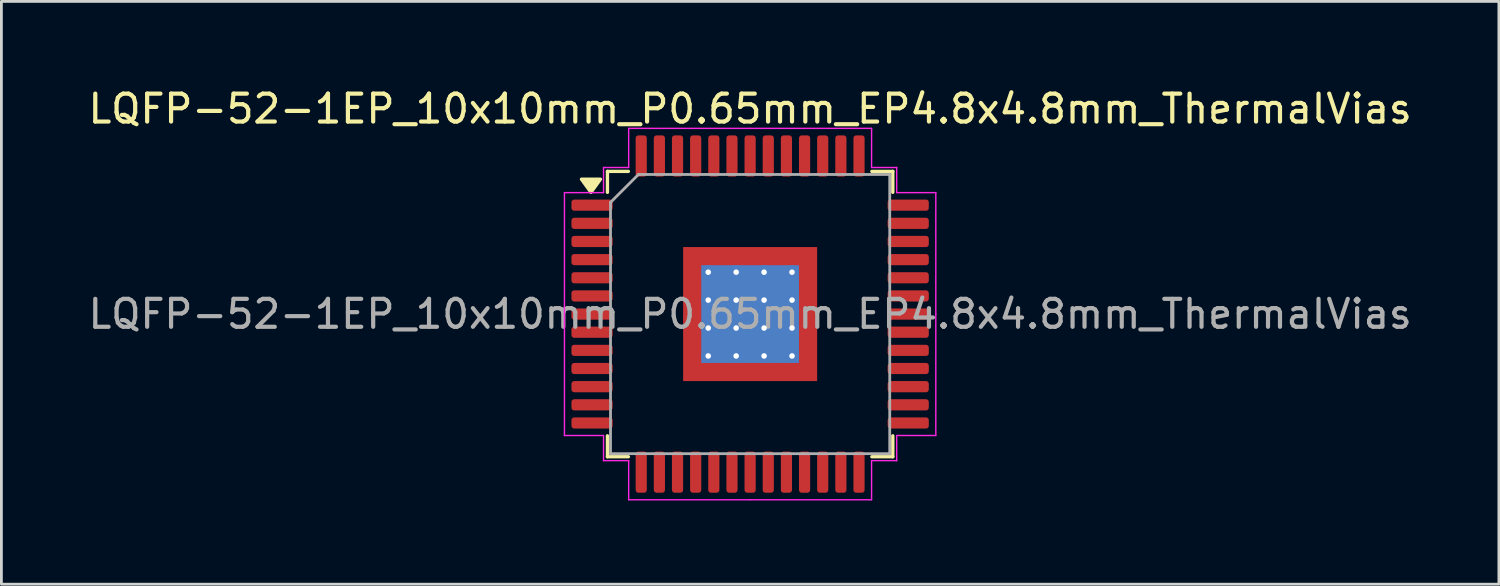
<source format=kicad_pcb>
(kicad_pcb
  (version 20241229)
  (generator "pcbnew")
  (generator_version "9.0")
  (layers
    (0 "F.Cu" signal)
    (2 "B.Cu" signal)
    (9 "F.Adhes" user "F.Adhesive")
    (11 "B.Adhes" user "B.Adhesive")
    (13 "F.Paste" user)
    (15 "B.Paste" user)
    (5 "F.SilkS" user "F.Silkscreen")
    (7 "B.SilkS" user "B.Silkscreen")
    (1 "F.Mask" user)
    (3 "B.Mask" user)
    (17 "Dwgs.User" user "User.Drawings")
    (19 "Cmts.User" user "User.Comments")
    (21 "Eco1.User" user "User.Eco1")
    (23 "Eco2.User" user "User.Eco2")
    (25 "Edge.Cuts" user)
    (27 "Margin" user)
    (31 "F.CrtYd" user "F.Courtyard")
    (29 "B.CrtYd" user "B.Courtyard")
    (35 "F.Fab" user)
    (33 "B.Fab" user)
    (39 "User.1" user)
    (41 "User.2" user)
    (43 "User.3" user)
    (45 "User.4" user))
  (footprint "LQFP-52-1EP_10x10mm_P0.65mm_EP4.8x4.8mm_ThermalVias"
    (layer "F.Cu")
    (at 23.815 8.198)
    (property "Reference" "LQFP-52-1EP_10x10mm_P0.65mm_EP4.8x4.8mm_ThermalVias" (at 0 -7.35 0) (layer "F.SilkS") (effects (font (size 1 1) (thickness 0.15))))
    (attr smd)
    (fp_line (start -5.11 -5.11) (end -5.11 -4.36) (stroke (width 0.12) (type solid)) (layer "F.SilkS"))
    (fp_line (start -5.11 5.11) (end -5.11 4.36) (stroke (width 0.12) (type solid)) (layer "F.SilkS"))
    (fp_line (start -4.36 -5.11) (end -5.11 -5.11) (stroke (width 0.12) (type solid)) (layer "F.SilkS"))
    (fp_line (start -4.36 5.11) (end -5.11 5.11) (stroke (width 0.12) (type solid)) (layer "F.SilkS"))
    (fp_line (start 4.36 -5.11) (end 5.11 -5.11) (stroke (width 0.12) (type solid)) (layer "F.SilkS"))
    (fp_line (start 4.36 5.11) (end 5.11 5.11) (stroke (width 0.12) (type solid)) (layer "F.SilkS"))
    (fp_line (start 5.11 -5.11) (end 5.11 -4.36) (stroke (width 0.12) (type solid)) (layer "F.SilkS"))
    (fp_line (start 5.11 5.11) (end 5.11 4.36) (stroke (width 0.12) (type solid)) (layer "F.SilkS"))
    (fp_poly (pts (xy -5.7 -4.36) (xy -6.04 -4.83) (xy -5.36 -4.83)) (stroke (width 0.12) (type solid)) (fill yes) (layer "F.SilkS"))
    (fp_line (start -6.65 -4.35) (end -6.65 0) (stroke (width 0.05) (type solid)) (layer "F.CrtYd"))
    (fp_line (start -6.65 4.35) (end -6.65 0) (stroke (width 0.05) (type solid)) (layer "F.CrtYd"))
    (fp_line (start -5.25 -5.25) (end -5.25 -4.35) (stroke (width 0.05) (type solid)) (layer "F.CrtYd"))
    (fp_line (start -5.25 -4.35) (end -6.65 -4.35) (stroke (width 0.05) (type solid)) (layer "F.CrtYd"))
    (fp_line (start -5.25 4.35) (end -6.65 4.35) (stroke (width 0.05) (type solid)) (layer "F.CrtYd"))
    (fp_line (start -5.25 5.25) (end -5.25 4.35) (stroke (width 0.05) (type solid)) (layer "F.CrtYd"))
    (fp_line (start -4.35 -6.65) (end -4.35 -5.25) (stroke (width 0.05) (type solid)) (layer "F.CrtYd"))
    (fp_line (start -4.35 -5.25) (end -5.25 -5.25) (stroke (width 0.05) (type solid)) (layer "F.CrtYd"))
    (fp_line (start -4.35 5.25) (end -5.25 5.25) (stroke (width 0.05) (type solid)) (layer "F.CrtYd"))
    (fp_line (start -4.35 6.65) (end -4.35 5.25) (stroke (width 0.05) (type solid)) (layer "F.CrtYd"))
    (fp_line (start 0 -6.65) (end -4.35 -6.65) (stroke (width 0.05) (type solid)) (layer "F.CrtYd"))
    (fp_line (start 0 -6.65) (end 4.35 -6.65) (stroke (width 0.05) (type solid)) (layer "F.CrtYd"))
    (fp_line (start 0 6.65) (end -4.35 6.65) (stroke (width 0.05) (type solid)) (layer "F.CrtYd"))
    (fp_line (start 0 6.65) (end 4.35 6.65) (stroke (width 0.05) (type solid)) (layer "F.CrtYd"))
    (fp_line (start 4.35 -6.65) (end 4.35 -5.25) (stroke (width 0.05) (type solid)) (layer "F.CrtYd"))
    (fp_line (start 4.35 -5.25) (end 5.25 -5.25) (stroke (width 0.05) (type solid)) (layer "F.CrtYd"))
    (fp_line (start 4.35 5.25) (end 5.25 5.25) (stroke (width 0.05) (type solid)) (layer "F.CrtYd"))
    (fp_line (start 4.35 6.65) (end 4.35 5.25) (stroke (width 0.05) (type solid)) (layer "F.CrtYd"))
    (fp_line (start 5.25 -5.25) (end 5.25 -4.35) (stroke (width 0.05) (type solid)) (layer "F.CrtYd"))
    (fp_line (start 5.25 -4.35) (end 6.65 -4.35) (stroke (width 0.05) (type solid)) (layer "F.CrtYd"))
    (fp_line (start 5.25 4.35) (end 6.65 4.35) (stroke (width 0.05) (type solid)) (layer "F.CrtYd"))
    (fp_line (start 5.25 5.25) (end 5.25 4.35) (stroke (width 0.05) (type solid)) (layer "F.CrtYd"))
    (fp_line (start 6.65 -4.35) (end 6.65 0) (stroke (width 0.05) (type solid)) (layer "F.CrtYd"))
    (fp_line (start 6.65 4.35) (end 6.65 0) (stroke (width 0.05) (type solid)) (layer "F.CrtYd"))
    (fp_line (start -5 -4) (end -4 -5) (stroke (width 0.1) (type solid)) (layer "F.Fab"))
    (fp_line (start -5 5) (end -5 -4) (stroke (width 0.1) (type solid)) (layer "F.Fab"))
    (fp_line (start -4 -5) (end 5 -5) (stroke (width 0.1) (type solid)) (layer "F.Fab"))
    (fp_line (start 5 -5) (end 5 5) (stroke (width 0.1) (type solid)) (layer "F.Fab"))
    (fp_line (start 5 5) (end -5 5) (stroke (width 0.1) (type solid)) (layer "F.Fab"))
    (fp_text user "${REFERENCE}" (at 0 0 0) (layer "F.Fab") (effects (font (size 1 1) (thickness 0.15))))
    (pad "" smd custom (at -1.95 -1.95) (size 0.649 0.649) (layers "F.Paste") (options (anchor circle)) (primitives (gr_poly (pts (xy -0.286 -0.286) (xy 0.286 -0.286) (xy 0.286 0.223) (xy 0.223 0.286) (xy -0.286 0.286)) (width 0.153) (fill yes))))
    (pad "" smd roundrect (at -1.95 -1) (size 0.726 0.806) (layers "F.Paste") (roundrect_rratio 0.25))
    (pad "" smd roundrect (at -1.95 0) (size 0.726 0.806) (layers "F.Paste") (roundrect_rratio 0.25))
    (pad "" smd roundrect (at -1.95 1) (size 0.726 0.806) (layers "F.Paste") (roundrect_rratio 0.25))
    (pad "" smd custom (at -1.95 1.95) (size 0.649 0.649) (layers "F.Paste") (options (anchor circle)) (primitives (gr_poly (pts (xy -0.286 -0.286) (xy 0.223 -0.286) (xy 0.286 -0.223) (xy 0.286 0.286) (xy -0.286 0.286)) (width 0.153) (fill yes))))
    (pad "" smd roundrect (at -1 -1.95) (size 0.806 0.726) (layers "F.Paste") (roundrect_rratio 0.25))
    (pad "" smd roundrect (at -1 -1) (size 0.806 0.806) (layers "F.Paste") (roundrect_rratio 0.25))
    (pad "" smd roundrect (at -1 0) (size 0.806 0.806) (layers "F.Paste") (roundrect_rratio 0.25))
    (pad "" smd roundrect (at -1 1) (size 0.806 0.806) (layers "F.Paste") (roundrect_rratio 0.25))
    (pad "" smd roundrect (at -1 1.95) (size 0.806 0.726) (layers "F.Paste") (roundrect_rratio 0.25))
    (pad "" smd roundrect (at 0 -1.95) (size 0.806 0.726) (layers "F.Paste") (roundrect_rratio 0.25))
    (pad "" smd roundrect (at 0 -1) (size 0.806 0.806) (layers "F.Paste") (roundrect_rratio 0.25))
    (pad "" smd roundrect (at 0 0) (size 0.806 0.806) (layers "F.Paste") (roundrect_rratio 0.25))
    (pad "" smd roundrect (at 0 1) (size 0.806 0.806) (layers "F.Paste") (roundrect_rratio 0.25))
    (pad "" smd roundrect (at 0 1.95) (size 0.806 0.726) (layers "F.Paste") (roundrect_rratio 0.25))
    (pad "" smd roundrect (at 1 -1.95) (size 0.806 0.726) (layers "F.Paste") (roundrect_rratio 0.25))
    (pad "" smd roundrect (at 1 -1) (size 0.806 0.806) (layers "F.Paste") (roundrect_rratio 0.25))
    (pad "" smd roundrect (at 1 0) (size 0.806 0.806) (layers "F.Paste") (roundrect_rratio 0.25))
    (pad "" smd roundrect (at 1 1) (size 0.806 0.806) (layers "F.Paste") (roundrect_rratio 0.25))
    (pad "" smd roundrect (at 1 1.95) (size 0.806 0.726) (layers "F.Paste") (roundrect_rratio 0.25))
    (pad "" smd custom (at 1.95 -1.95) (size 0.649 0.649) (layers "F.Paste") (options (anchor circle)) (primitives (gr_poly (pts (xy -0.286 -0.286) (xy 0.286 -0.286) (xy 0.286 0.286) (xy -0.223 0.286) (xy -0.286 0.223)) (width 0.153) (fill yes))))
    (pad "" smd roundrect (at 1.95 -1) (size 0.726 0.806) (layers "F.Paste") (roundrect_rratio 0.25))
    (pad "" smd roundrect (at 1.95 0) (size 0.726 0.806) (layers "F.Paste") (roundrect_rratio 0.25))
    (pad "" smd roundrect (at 1.95 1) (size 0.726 0.806) (layers "F.Paste") (roundrect_rratio 0.25))
    (pad "" smd custom (at 1.95 1.95) (size 0.649 0.649) (layers "F.Paste") (options (anchor circle)) (primitives (gr_poly (pts (xy -0.286 -0.223) (xy -0.223 -0.286) (xy 0.286 -0.286) (xy 0.286 0.286) (xy -0.286 0.286)) (width 0.153) (fill yes))))
    (pad "1" smd roundrect (at -5.662 -3.9) (size 1.475 0.4) (layers "F.Cu" "F.Mask" "F.Paste") (roundrect_rratio 0.25))
    (pad "2" smd roundrect (at -5.662 -3.25) (size 1.475 0.4) (layers "F.Cu" "F.Mask" "F.Paste") (roundrect_rratio 0.25))
    (pad "3" smd roundrect (at -5.662 -2.6) (size 1.475 0.4) (layers "F.Cu" "F.Mask" "F.Paste") (roundrect_rratio 0.25))
    (pad "4" smd roundrect (at -5.662 -1.95) (size 1.475 0.4) (layers "F.Cu" "F.Mask" "F.Paste") (roundrect_rratio 0.25))
    (pad "5" smd roundrect (at -5.662 -1.3) (size 1.475 0.4) (layers "F.Cu" "F.Mask" "F.Paste") (roundrect_rratio 0.25))
    (pad "6" smd roundrect (at -5.662 -0.65) (size 1.475 0.4) (layers "F.Cu" "F.Mask" "F.Paste") (roundrect_rratio 0.25))
    (pad "7" smd roundrect (at -5.662 0) (size 1.475 0.4) (layers "F.Cu" "F.Mask" "F.Paste") (roundrect_rratio 0.25))
    (pad "8" smd roundrect (at -5.662 0.65) (size 1.475 0.4) (layers "F.Cu" "F.Mask" "F.Paste") (roundrect_rratio 0.25))
    (pad "9" smd roundrect (at -5.662 1.3) (size 1.475 0.4) (layers "F.Cu" "F.Mask" "F.Paste") (roundrect_rratio 0.25))
    (pad "10" smd roundrect (at -5.662 1.95) (size 1.475 0.4) (layers "F.Cu" "F.Mask" "F.Paste") (roundrect_rratio 0.25))
    (pad "11" smd roundrect (at -5.662 2.6) (size 1.475 0.4) (layers "F.Cu" "F.Mask" "F.Paste") (roundrect_rratio 0.25))
    (pad "12" smd roundrect (at -5.662 3.25) (size 1.475 0.4) (layers "F.Cu" "F.Mask" "F.Paste") (roundrect_rratio 0.25))
    (pad "13" smd roundrect (at -5.662 3.9) (size 1.475 0.4) (layers "F.Cu" "F.Mask" "F.Paste") (roundrect_rratio 0.25))
    (pad "14" smd roundrect (at -3.9 5.662) (size 0.4 1.475) (layers "F.Cu" "F.Mask" "F.Paste") (roundrect_rratio 0.25))
    (pad "15" smd roundrect (at -3.25 5.662) (size 0.4 1.475) (layers "F.Cu" "F.Mask" "F.Paste") (roundrect_rratio 0.25))
    (pad "16" smd roundrect (at -2.6 5.662) (size 0.4 1.475) (layers "F.Cu" "F.Mask" "F.Paste") (roundrect_rratio 0.25))
    (pad "17" smd roundrect (at -1.95 5.662) (size 0.4 1.475) (layers "F.Cu" "F.Mask" "F.Paste") (roundrect_rratio 0.25))
    (pad "18" smd roundrect (at -1.3 5.662) (size 0.4 1.475) (layers "F.Cu" "F.Mask" "F.Paste") (roundrect_rratio 0.25))
    (pad "19" smd roundrect (at -0.65 5.662) (size 0.4 1.475) (layers "F.Cu" "F.Mask" "F.Paste") (roundrect_rratio 0.25))
    (pad "20" smd roundrect (at 0 5.662) (size 0.4 1.475) (layers "F.Cu" "F.Mask" "F.Paste") (roundrect_rratio 0.25))
    (pad "21" smd roundrect (at 0.65 5.662) (size 0.4 1.475) (layers "F.Cu" "F.Mask" "F.Paste") (roundrect_rratio 0.25))
    (pad "22" smd roundrect (at 1.3 5.662) (size 0.4 1.475) (layers "F.Cu" "F.Mask" "F.Paste") (roundrect_rratio 0.25))
    (pad "23" smd roundrect (at 1.95 5.662) (size 0.4 1.475) (layers "F.Cu" "F.Mask" "F.Paste") (roundrect_rratio 0.25))
    (pad "24" smd roundrect (at 2.6 5.662) (size 0.4 1.475) (layers "F.Cu" "F.Mask" "F.Paste") (roundrect_rratio 0.25))
    (pad "25" smd roundrect (at 3.25 5.662) (size 0.4 1.475) (layers "F.Cu" "F.Mask" "F.Paste") (roundrect_rratio 0.25))
    (pad "26" smd roundrect (at 3.9 5.662) (size 0.4 1.475) (layers "F.Cu" "F.Mask" "F.Paste") (roundrect_rratio 0.25))
    (pad "27" smd roundrect (at 5.662 3.9) (size 1.475 0.4) (layers "F.Cu" "F.Mask" "F.Paste") (roundrect_rratio 0.25))
    (pad "28" smd roundrect (at 5.662 3.25) (size 1.475 0.4) (layers "F.Cu" "F.Mask" "F.Paste") (roundrect_rratio 0.25))
    (pad "29" smd roundrect (at 5.662 2.6) (size 1.475 0.4) (layers "F.Cu" "F.Mask" "F.Paste") (roundrect_rratio 0.25))
    (pad "30" smd roundrect (at 5.662 1.95) (size 1.475 0.4) (layers "F.Cu" "F.Mask" "F.Paste") (roundrect_rratio 0.25))
    (pad "31" smd roundrect (at 5.662 1.3) (size 1.475 0.4) (layers "F.Cu" "F.Mask" "F.Paste") (roundrect_rratio 0.25))
    (pad "32" smd roundrect (at 5.662 0.65) (size 1.475 0.4) (layers "F.Cu" "F.Mask" "F.Paste") (roundrect_rratio 0.25))
    (pad "33" smd roundrect (at 5.662 0) (size 1.475 0.4) (layers "F.Cu" "F.Mask" "F.Paste") (roundrect_rratio 0.25))
    (pad "34" smd roundrect (at 5.662 -0.65) (size 1.475 0.4) (layers "F.Cu" "F.Mask" "F.Paste") (roundrect_rratio 0.25))
    (pad "35" smd roundrect (at 5.662 -1.3) (size 1.475 0.4) (layers "F.Cu" "F.Mask" "F.Paste") (roundrect_rratio 0.25))
    (pad "36" smd roundrect (at 5.662 -1.95) (size 1.475 0.4) (layers "F.Cu" "F.Mask" "F.Paste") (roundrect_rratio 0.25))
    (pad "37" smd roundrect (at 5.662 -2.6) (size 1.475 0.4) (layers "F.Cu" "F.Mask" "F.Paste") (roundrect_rratio 0.25))
    (pad "38" smd roundrect (at 5.662 -3.25) (size 1.475 0.4) (layers "F.Cu" "F.Mask" "F.Paste") (roundrect_rratio 0.25))
    (pad "39" smd roundrect (at 5.662 -3.9) (size 1.475 0.4) (layers "F.Cu" "F.Mask" "F.Paste") (roundrect_rratio 0.25))
    (pad "40" smd roundrect (at 3.9 -5.662) (size 0.4 1.475) (layers "F.Cu" "F.Mask" "F.Paste") (roundrect_rratio 0.25))
    (pad "41" smd roundrect (at 3.25 -5.662) (size 0.4 1.475) (layers "F.Cu" "F.Mask" "F.Paste") (roundrect_rratio 0.25))
    (pad "42" smd roundrect (at 2.6 -5.662) (size 0.4 1.475) (layers "F.Cu" "F.Mask" "F.Paste") (roundrect_rratio 0.25))
    (pad "43" smd roundrect (at 1.95 -5.662) (size 0.4 1.475) (layers "F.Cu" "F.Mask" "F.Paste") (roundrect_rratio 0.25))
    (pad "44" smd roundrect (at 1.3 -5.662) (size 0.4 1.475) (layers "F.Cu" "F.Mask" "F.Paste") (roundrect_rratio 0.25))
    (pad "45" smd roundrect (at 0.65 -5.662) (size 0.4 1.475) (layers "F.Cu" "F.Mask" "F.Paste") (roundrect_rratio 0.25))
    (pad "46" smd roundrect (at 0 -5.662) (size 0.4 1.475) (layers "F.Cu" "F.Mask" "F.Paste") (roundrect_rratio 0.25))
    (pad "47" smd roundrect (at -0.65 -5.662) (size 0.4 1.475) (layers "F.Cu" "F.Mask" "F.Paste") (roundrect_rratio 0.25))
    (pad "48" smd roundrect (at -1.3 -5.662) (size 0.4 1.475) (layers "F.Cu" "F.Mask" "F.Paste") (roundrect_rratio 0.25))
    (pad "49" smd roundrect (at -1.95 -5.662) (size 0.4 1.475) (layers "F.Cu" "F.Mask" "F.Paste") (roundrect_rratio 0.25))
    (pad "50" smd roundrect (at -2.6 -5.662) (size 0.4 1.475) (layers "F.Cu" "F.Mask" "F.Paste") (roundrect_rratio 0.25))
    (pad "51" smd roundrect (at -3.25 -5.662) (size 0.4 1.475) (layers "F.Cu" "F.Mask" "F.Paste") (roundrect_rratio 0.25))
    (pad "52" smd roundrect (at -3.9 -5.662) (size 0.4 1.475) (layers "F.Cu" "F.Mask" "F.Paste") (roundrect_rratio 0.25))
    (pad "53" thru_hole circle (at -1.5 -1.5) (size 0.5 0.5) (drill 0.2) (property pad_prop_heatsink) (layers "*.Cu"))
    (pad "53" thru_hole circle (at -1.5 -0.5) (size 0.5 0.5) (drill 0.2) (property pad_prop_heatsink) (layers "*.Cu"))
    (pad "53" thru_hole circle (at -1.5 0.5) (size 0.5 0.5) (drill 0.2) (property pad_prop_heatsink) (layers "*.Cu"))
    (pad "53" thru_hole circle (at -1.5 1.5) (size 0.5 0.5) (drill 0.2) (property pad_prop_heatsink) (layers "*.Cu"))
    (pad "53" thru_hole circle (at -0.5 -1.5) (size 0.5 0.5) (drill 0.2) (property pad_prop_heatsink) (layers "*.Cu"))
    (pad "53" thru_hole circle (at -0.5 -0.5) (size 0.5 0.5) (drill 0.2) (property pad_prop_heatsink) (layers "*.Cu"))
    (pad "53" thru_hole circle (at -0.5 0.5) (size 0.5 0.5) (drill 0.2) (property pad_prop_heatsink) (layers "*.Cu"))
    (pad "53" thru_hole circle (at -0.5 1.5) (size 0.5 0.5) (drill 0.2) (property pad_prop_heatsink) (layers "*.Cu"))
    (pad "53" smd rect (at 0 0) (size 3.5 3.5) (property pad_prop_heatsink) (layers "B.Cu"))
    (pad "53" smd rect (at 0 0) (size 4.8 4.8) (property pad_prop_heatsink) (layers "F.Cu" "F.Mask"))
    (pad "53" thru_hole circle (at 0.5 -1.5) (size 0.5 0.5) (drill 0.2) (property pad_prop_heatsink) (layers "*.Cu"))
    (pad "53" thru_hole circle (at 0.5 -0.5) (size 0.5 0.5) (drill 0.2) (property pad_prop_heatsink) (layers "*.Cu"))
    (pad "53" thru_hole circle (at 0.5 0.5) (size 0.5 0.5) (drill 0.2) (property pad_prop_heatsink) (layers "*.Cu"))
    (pad "53" thru_hole circle (at 0.5 1.5) (size 0.5 0.5) (drill 0.2) (property pad_prop_heatsink) (layers "*.Cu"))
    (pad "53" thru_hole circle (at 1.5 -1.5) (size 0.5 0.5) (drill 0.2) (property pad_prop_heatsink) (layers "*.Cu"))
    (pad "53" thru_hole circle (at 1.5 -0.5) (size 0.5 0.5) (drill 0.2) (property pad_prop_heatsink) (layers "*.Cu"))
    (pad "53" thru_hole circle (at 1.5 0.5) (size 0.5 0.5) (drill 0.2) (property pad_prop_heatsink) (layers "*.Cu"))
    (pad "53" thru_hole circle (at 1.5 1.5) (size 0.5 0.5) (drill 0.2) (property pad_prop_heatsink) (layers "*.Cu")))
  (gr_rect
    (start -3 -3)
    (end 50.631 17.873)
    (stroke (width 0.1) (type default))
    (fill no)
    (layer "Edge.Cuts")))
</source>
